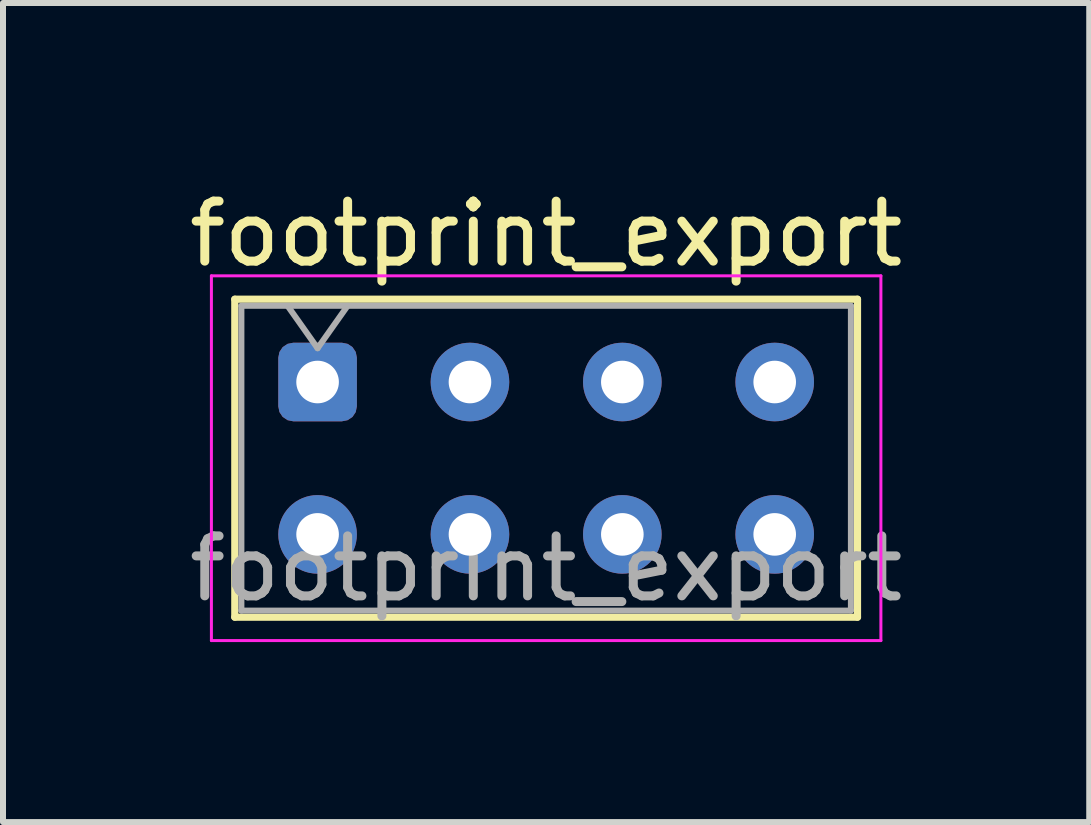
<source format=kicad_pcb>
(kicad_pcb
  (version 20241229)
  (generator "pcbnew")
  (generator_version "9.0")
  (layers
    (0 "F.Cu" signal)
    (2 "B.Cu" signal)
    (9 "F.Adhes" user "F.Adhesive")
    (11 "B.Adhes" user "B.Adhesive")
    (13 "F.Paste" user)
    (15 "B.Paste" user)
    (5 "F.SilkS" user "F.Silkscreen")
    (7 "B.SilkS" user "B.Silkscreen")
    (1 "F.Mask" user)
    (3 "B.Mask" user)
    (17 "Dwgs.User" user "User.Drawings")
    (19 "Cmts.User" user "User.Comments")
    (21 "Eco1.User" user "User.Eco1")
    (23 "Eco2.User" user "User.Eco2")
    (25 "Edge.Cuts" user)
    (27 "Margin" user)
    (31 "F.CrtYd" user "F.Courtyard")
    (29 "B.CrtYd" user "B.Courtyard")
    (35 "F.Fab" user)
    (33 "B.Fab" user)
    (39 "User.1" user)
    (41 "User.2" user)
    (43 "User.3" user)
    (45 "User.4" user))
  (footprint "footprint_export"
    (layer "F.Cu")
    (at 2.244 3.318)
    (property "Reference" "footprint_export" (at 3.81 -2.47 0) (layer "F.SilkS") (effects (font (size 1 1) (thickness 0.15))))
    (attr through_hole)
    (fp_line (start -1.38 -1.38) (end 9 -1.38) (stroke (width 0.12) (type solid)) (layer "F.SilkS"))
    (fp_line (start -1.38 3.92) (end -1.38 -1.38) (stroke (width 0.12) (type solid)) (layer "F.SilkS"))
    (fp_line (start 9 -1.38) (end 9 3.92) (stroke (width 0.12) (type solid)) (layer "F.SilkS"))
    (fp_line (start 9 3.92) (end -1.38 3.92) (stroke (width 0.12) (type solid)) (layer "F.SilkS"))
    (fp_line (start -1.77 -1.77) (end 9.39 -1.77) (stroke (width 0.05) (type solid)) (layer "F.CrtYd"))
    (fp_line (start -1.77 4.31) (end -1.77 -1.77) (stroke (width 0.05) (type solid)) (layer "F.CrtYd"))
    (fp_line (start 9.39 -1.77) (end 9.39 4.31) (stroke (width 0.05) (type solid)) (layer "F.CrtYd"))
    (fp_line (start 9.39 4.31) (end -1.77 4.31) (stroke (width 0.05) (type solid)) (layer "F.CrtYd"))
    (fp_line (start -1.27 -1.27) (end 8.89 -1.27) (stroke (width 0.1) (type solid)) (layer "F.Fab"))
    (fp_line (start -1.27 3.81) (end -1.27 -1.27) (stroke (width 0.1) (type solid)) (layer "F.Fab"))
    (fp_line (start -0.5 -1.27) (end 0 -0.563) (stroke (width 0.1) (type solid)) (layer "F.Fab"))
    (fp_line (start 0 -0.563) (end 0.5 -1.27) (stroke (width 0.1) (type solid)) (layer "F.Fab"))
    (fp_line (start 8.89 -1.27) (end 8.89 3.81) (stroke (width 0.1) (type solid)) (layer "F.Fab"))
    (fp_line (start 8.89 3.81) (end -1.27 3.81) (stroke (width 0.1) (type solid)) (layer "F.Fab"))
    (fp_text user "${REFERENCE}" (at 3.81 3.11 0) (layer "F.Fab") (effects (font (size 1 1) (thickness 0.15))))
    (pad "1" thru_hole roundrect (at 0 0) (size 1.31 1.31) (drill 0.71) (layers "*.Cu" "*.Mask") (roundrect_rratio 0.191))
    (pad "2" thru_hole circle (at 0 2.54) (size 1.31 1.31) (drill 0.71) (layers "*.Cu" "*.Mask"))
    (pad "3" thru_hole circle (at 2.54 0) (size 1.31 1.31) (drill 0.71) (layers "*.Cu" "*.Mask"))
    (pad "4" thru_hole circle (at 2.54 2.54) (size 1.31 1.31) (drill 0.71) (layers "*.Cu" "*.Mask"))
    (pad "5" thru_hole circle (at 5.08 0) (size 1.31 1.31) (drill 0.71) (layers "*.Cu" "*.Mask"))
    (pad "6" thru_hole circle (at 5.08 2.54) (size 1.31 1.31) (drill 0.71) (layers "*.Cu" "*.Mask"))
    (pad "7" thru_hole circle (at 7.62 0) (size 1.31 1.31) (drill 0.71) (layers "*.Cu" "*.Mask"))
    (pad "8" thru_hole circle (at 7.62 2.54) (size 1.31 1.31) (drill 0.71) (layers "*.Cu" "*.Mask")))
  (gr_rect
    (start -3 -3)
    (end 15.107 10.653)
    (stroke (width 0.1) (type default))
    (fill no)
    (layer "Edge.Cuts")))
</source>
